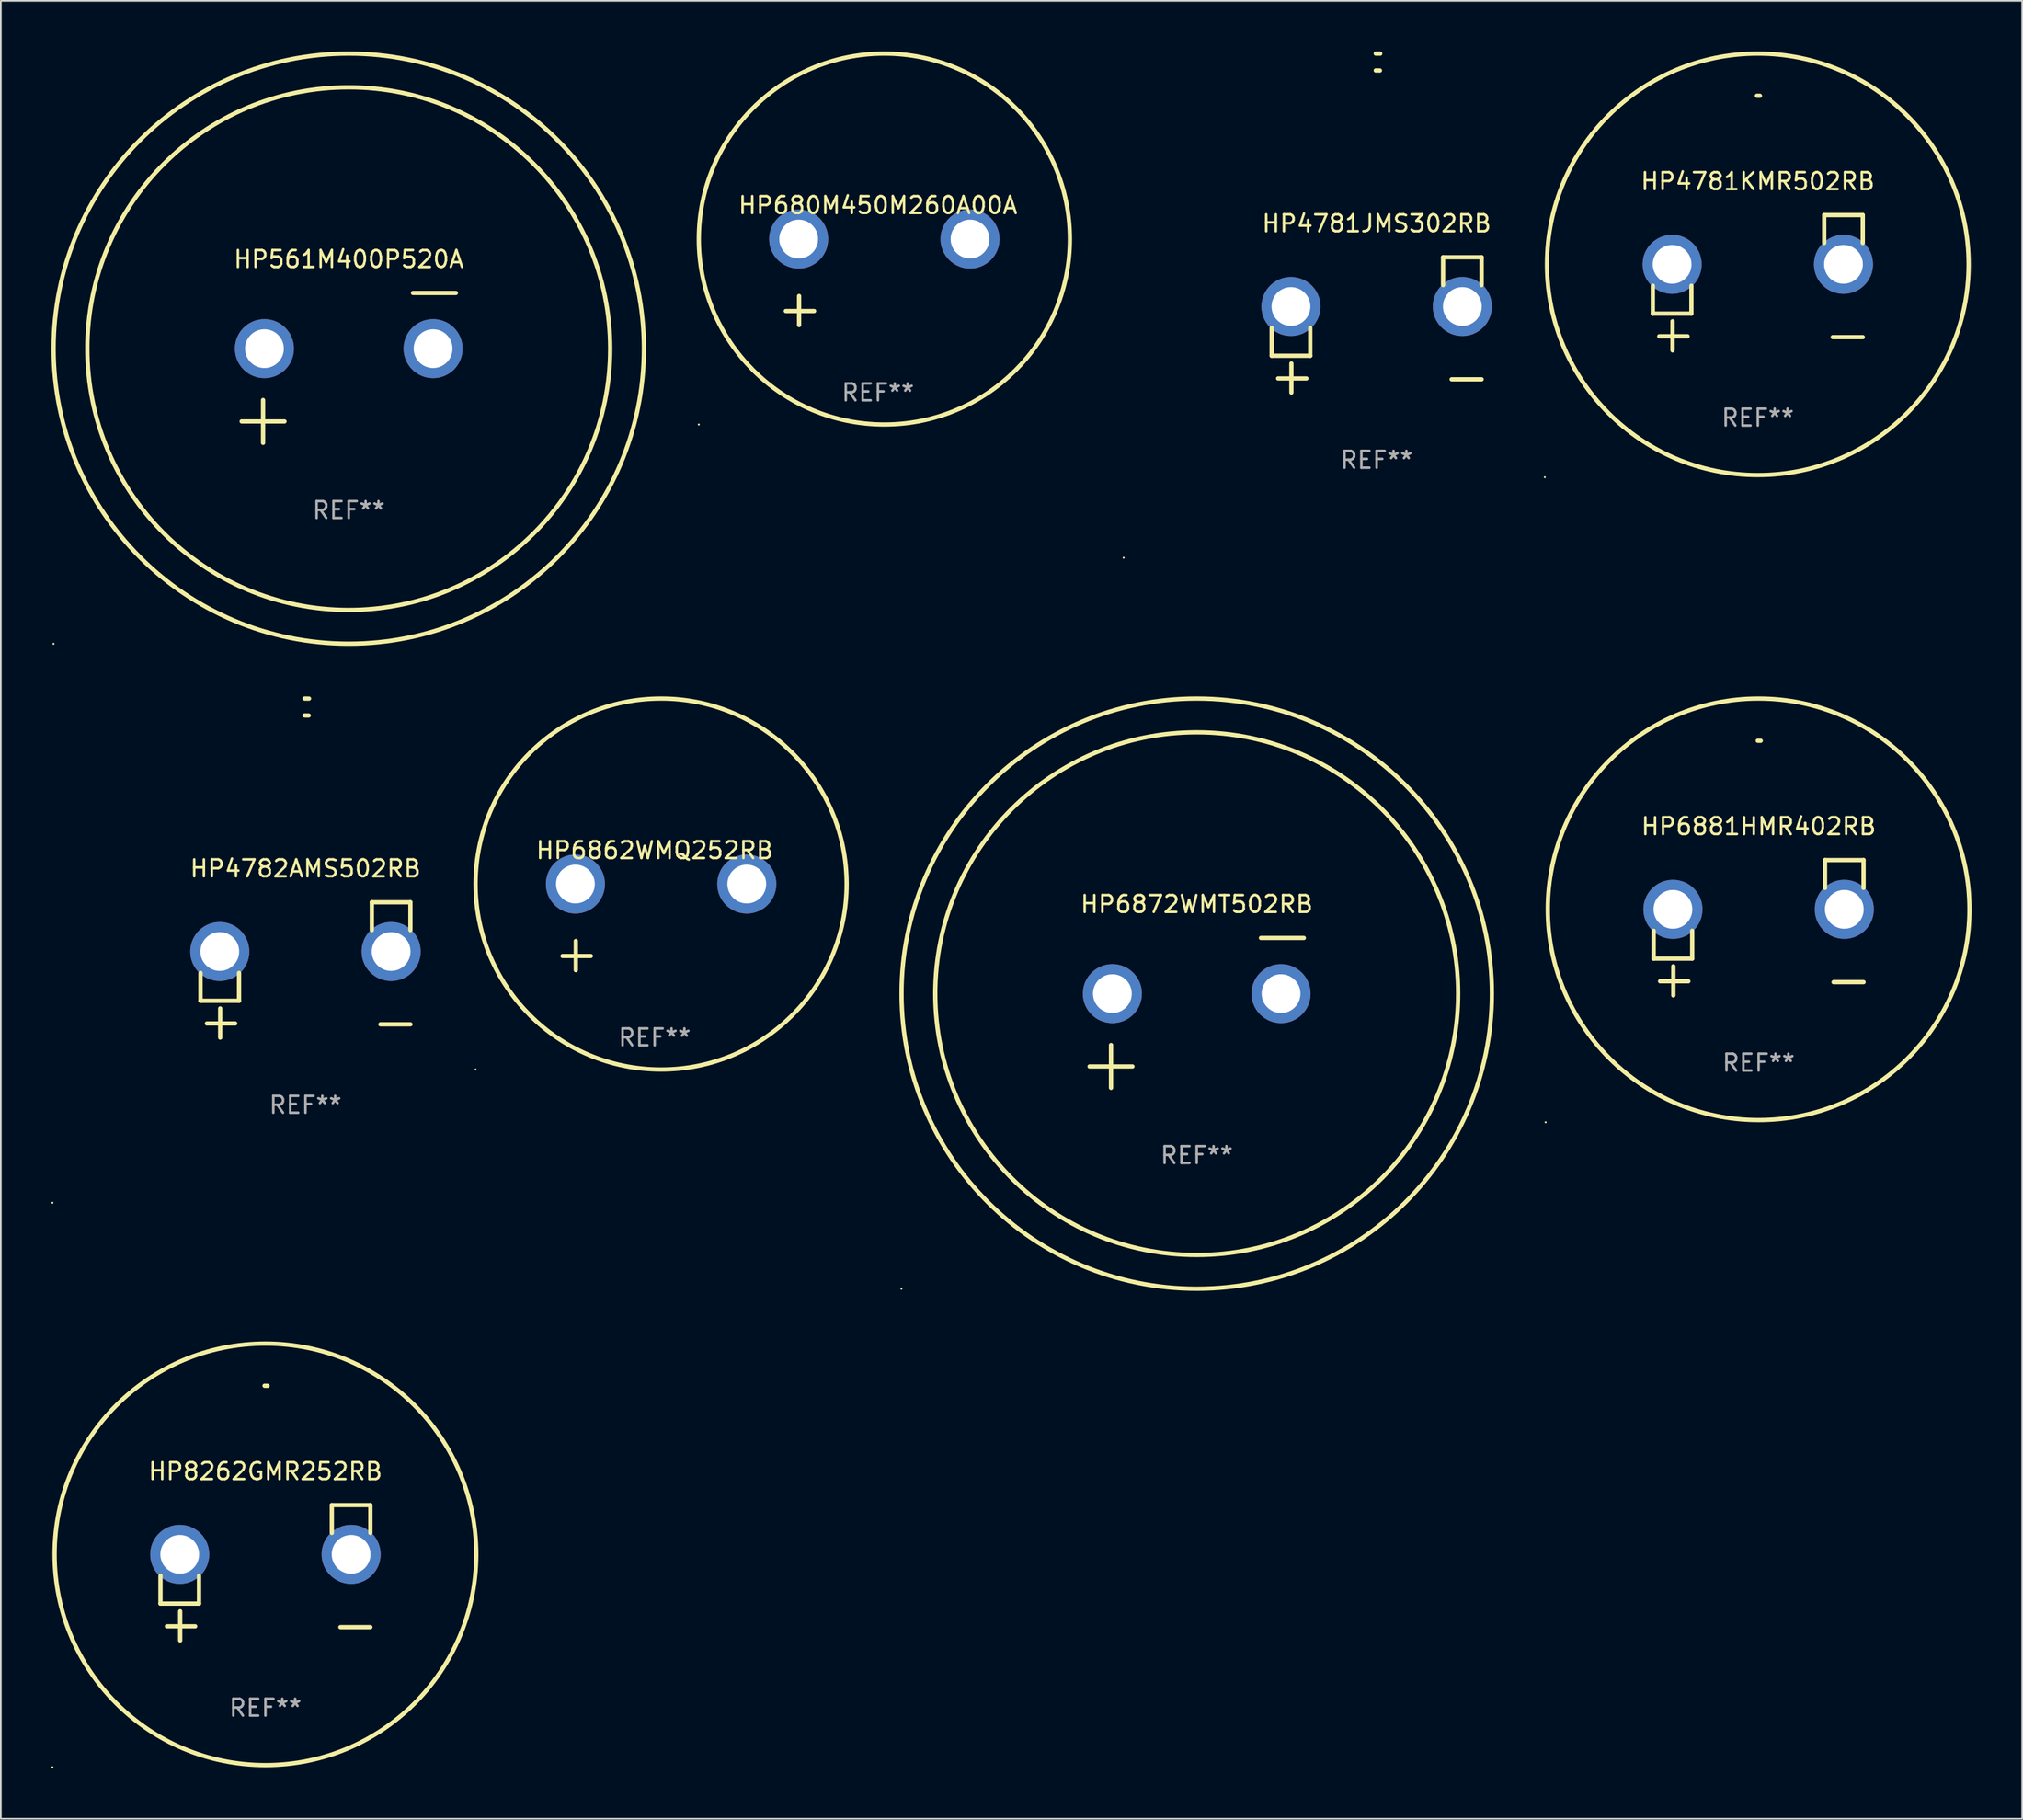
<source format=kicad_pcb>
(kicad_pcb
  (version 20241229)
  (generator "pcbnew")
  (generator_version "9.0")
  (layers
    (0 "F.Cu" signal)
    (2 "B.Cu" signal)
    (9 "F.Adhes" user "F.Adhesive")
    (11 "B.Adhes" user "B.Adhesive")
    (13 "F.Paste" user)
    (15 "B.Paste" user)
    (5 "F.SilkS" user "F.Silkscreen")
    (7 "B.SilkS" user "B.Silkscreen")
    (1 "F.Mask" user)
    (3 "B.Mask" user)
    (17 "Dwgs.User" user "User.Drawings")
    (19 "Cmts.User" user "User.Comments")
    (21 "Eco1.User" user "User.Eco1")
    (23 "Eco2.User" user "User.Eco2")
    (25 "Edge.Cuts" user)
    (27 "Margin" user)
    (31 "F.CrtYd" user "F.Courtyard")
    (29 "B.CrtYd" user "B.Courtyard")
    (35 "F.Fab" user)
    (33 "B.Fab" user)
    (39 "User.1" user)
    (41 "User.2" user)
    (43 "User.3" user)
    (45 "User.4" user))
  (footprint "HP6862WMQ252RB"
    (layer "F.Cu")
    (at 35.764 51.934)
    (property "Reference" "HP6862WMQ252RB" (at 0 -4.553 0) (layer "F.SilkS") (effects (font (size 1 1) (thickness 0.15))))
    (attr through_hole)
    (fp_line (start -4.674 2.553) (end -4.674 0.826) (stroke (width 0.254) (type solid)) (layer "F.SilkS"))
    (fp_line (start -3.785 1.715) (end -5.461 1.715) (stroke (width 0.254) (type solid)) (layer "F.SilkS"))
    (fp_circle (center -10.619 8.447) (end -10.589 8.447) (stroke (width 0.06) (type solid)) (fill no) (layer "F.SilkS"))
    (fp_circle (center 0.381 -2.553) (end 11.381 -2.553) (stroke (width 0.254) (type solid)) (fill no) (layer "F.SilkS"))
    (fp_text user "REF**" (at 0 6.553 0) (layer "F.Fab") (effects (font (size 1 1) (thickness 0.15))))
    (pad "1" thru_hole circle (at -4.699 -2.553) (size 3.5 3.5) (drill 2.3) (layers "*.Cu" "*.Mask"))
    (pad "2" thru_hole circle (at 5.461 -2.553) (size 3.5 3.5) (drill 2.3) (layers "*.Cu" "*.Mask")))
  (footprint "HP4781KMR502RB"
    (layer "F.Cu")
    (at 101.166 13.719)
    (property "Reference" "HP4781KMR502RB" (at 0 -6.013 0) (layer "F.SilkS") (effects (font (size 1 1) (thickness 0.15))))
    (attr through_hole)
    (fp_line (start -6.223 0.178) (end -6.223 1.829) (stroke (width 0.254) (type solid)) (layer "F.SilkS"))
    (fp_line (start -6.223 1.829) (end -3.937 1.829) (stroke (width 0.254) (type solid)) (layer "F.SilkS"))
    (fp_line (start -5.055 4.013) (end -5.055 2.286) (stroke (width 0.254) (type solid)) (layer "F.SilkS"))
    (fp_line (start -4.166 3.175) (end -5.842 3.175) (stroke (width 0.254) (type solid)) (layer "F.SilkS"))
    (fp_line (start -3.937 1.829) (end -3.937 0.178) (stroke (width 0.254) (type solid)) (layer "F.SilkS"))
    (fp_line (start 3.937 -4.013) (end 3.937 -2.362) (stroke (width 0.254) (type solid)) (layer "F.SilkS"))
    (fp_line (start 6.223 -4.013) (end 3.937 -4.013) (stroke (width 0.254) (type solid)) (layer "F.SilkS"))
    (fp_line (start 6.223 -2.362) (end 6.223 -4.013) (stroke (width 0.254) (type solid)) (layer "F.SilkS"))
    (fp_line (start 6.223 3.226) (end 4.445 3.226) (stroke (width 0.254) (type solid)) (layer "F.SilkS"))
    (fp_arc (start -0.0508 -11.092202) (mid 0.036835 -11.091307) (end 0.12446 -11.089662) (stroke (width 0.254001) (type solid)) (layer "F.SilkS"))
    (fp_circle (center -12.627 11.535) (end -12.597 11.535) (stroke (width 0.06) (type solid)) (fill no) (layer "F.SilkS"))
    (fp_circle (center 0 -1.092) (end 12.5 -1.092) (stroke (width 0.254) (type solid)) (fill no) (layer "F.SilkS"))
    (fp_text user "REF**" (at 0 8.013 0) (layer "F.Fab") (effects (font (size 1 1) (thickness 0.15))))
    (pad "1" thru_hole circle (at -5.08 -1.092) (size 3.5 3.5) (drill 2.3) (layers "*.Cu" "*.Mask"))
    (pad "2" thru_hole circle (at 5.08 -1.092) (size 3.5 3.5) (drill 2.3) (layers "*.Cu" "*.Mask")))
  (footprint "HP6872WMT502RB"
    (layer "F.Cu")
    (at 67.9 57.024)
    (property "Reference" "HP6872WMT502RB" (at 0 -6.445 0) (layer "F.SilkS") (effects (font (size 1 1) (thickness 0.15))))
    (attr through_hole)
    (fp_line (start -6.35 3.175) (end -3.81 3.175) (stroke (width 0.254) (type solid)) (layer "F.SilkS"))
    (fp_line (start -5.08 1.905) (end -5.08 4.445) (stroke (width 0.254) (type solid)) (layer "F.SilkS"))
    (fp_line (start 3.81 -4.445) (end 6.35 -4.445) (stroke (width 0.254) (type solid)) (layer "F.SilkS"))
    (fp_circle (center -17.505 16.362) (end -17.475 16.362) (stroke (width 0.06) (type solid)) (fill no) (layer "F.SilkS"))
    (fp_circle (center 0 -1.143) (end 15.5 -1.143) (stroke (width 0.254) (type solid)) (fill no) (layer "F.SilkS"))
    (fp_circle (center 0 -1.143) (end 17.5 -1.143) (stroke (width 0.254) (type solid)) (fill no) (layer "F.SilkS"))
    (fp_text user "REF**" (at 0 8.445 0) (layer "F.Fab") (effects (font (size 1 1) (thickness 0.15))))
    (pad "1" thru_hole circle (at -5 -1.143) (size 3.5 3.5) (drill 2.3) (layers "*.Cu" "*.Mask"))
    (pad "2" thru_hole circle (at 5 -1.143) (size 3.5 3.5) (drill 2.3) (layers "*.Cu" "*.Mask")))
  (footprint "HP4782AMS502RB"
    (layer "F.Cu")
    (at 15.06 54.475)
    (property "Reference" "HP4782AMS502RB" (at 0 -6.013 0) (layer "F.SilkS") (effects (font (size 1 1) (thickness 0.15))))
    (attr through_hole)
    (fp_line (start -6.223 0.178) (end -6.223 1.829) (stroke (width 0.254) (type solid)) (layer "F.SilkS"))
    (fp_line (start -6.223 1.829) (end -3.937 1.829) (stroke (width 0.254) (type solid)) (layer "F.SilkS"))
    (fp_line (start -5.055 4.013) (end -5.055 2.286) (stroke (width 0.254) (type solid)) (layer "F.SilkS"))
    (fp_line (start -4.166 3.175) (end -5.842 3.175) (stroke (width 0.254) (type solid)) (layer "F.SilkS"))
    (fp_line (start -3.937 1.829) (end -3.937 0.178) (stroke (width 0.254) (type solid)) (layer "F.SilkS"))
    (fp_line (start 3.937 -4.013) (end 3.937 -2.362) (stroke (width 0.254) (type solid)) (layer "F.SilkS"))
    (fp_line (start 6.223 -4.013) (end 3.937 -4.013) (stroke (width 0.254) (type solid)) (layer "F.SilkS"))
    (fp_line (start 6.223 -2.362) (end 6.223 -4.013) (stroke (width 0.254) (type solid)) (layer "F.SilkS"))
    (fp_line (start 6.223 3.226) (end 4.445 3.226) (stroke (width 0.254) (type solid)) (layer "F.SilkS"))
    (fp_arc (start -0.0508 -16.093472) (mid 0.080016 -16.092762) (end 0.210821 -16.090932) (stroke (width 0.254001) (type solid)) (layer "F.SilkS"))
    (fp_arc (start -0.0508 -15.09271) (mid 0.071125 -15.091961) (end 0.19304 -15.09017) (stroke (width 0.254001) (type solid)) (layer "F.SilkS"))
    (fp_circle (center -15 13.808) (end -14.97 13.808) (stroke (width 0.06) (type solid)) (fill no) (layer "F.SilkS"))
    (fp_text user "REF**" (at 0 8.013 0) (layer "F.Fab") (effects (font (size 1 1) (thickness 0.15))))
    (pad "1" thru_hole circle (at -5.08 -1.092) (size 3.5 3.5) (drill 2.3) (layers "*.Cu" "*.Mask"))
    (pad "2" thru_hole circle (at 5.08 -1.092) (size 3.5 3.5) (drill 2.3) (layers "*.Cu" "*.Mask")))
  (footprint "HP561M400P520A"
    (layer "F.Cu")
    (at 17.627 18.77)
    (property "Reference" "HP561M400P520A" (at 0 -6.445 0) (layer "F.SilkS") (effects (font (size 1 1) (thickness 0.15))))
    (attr through_hole)
    (fp_line (start -6.35 3.175) (end -3.81 3.175) (stroke (width 0.254) (type solid)) (layer "F.SilkS"))
    (fp_line (start -5.08 1.905) (end -5.08 4.445) (stroke (width 0.254) (type solid)) (layer "F.SilkS"))
    (fp_line (start 3.81 -4.445) (end 6.35 -4.445) (stroke (width 0.254) (type solid)) (layer "F.SilkS"))
    (fp_circle (center -17.505 16.362) (end -17.475 16.362) (stroke (width 0.06) (type solid)) (fill no) (layer "F.SilkS"))
    (fp_circle (center 0 -1.143) (end 15.5 -1.143) (stroke (width 0.254) (type solid)) (fill no) (layer "F.SilkS"))
    (fp_circle (center 0 -1.143) (end 17.5 -1.143) (stroke (width 0.254) (type solid)) (fill no) (layer "F.SilkS"))
    (fp_text user "REF**" (at 0 8.445 0) (layer "F.Fab") (effects (font (size 1 1) (thickness 0.15))))
    (pad "1" thru_hole circle (at -5 -1.143) (size 3.5 3.5) (drill 2.3) (layers "*.Cu" "*.Mask"))
    (pad "2" thru_hole circle (at 5 -1.143) (size 3.5 3.5) (drill 2.3) (layers "*.Cu" "*.Mask")))
  (footprint "HP4781JMS302RB"
    (layer "F.Cu")
    (at 78.568 16.22)
    (property "Reference" "HP4781JMS302RB" (at 0 -6.013 0) (layer "F.SilkS") (effects (font (size 1 1) (thickness 0.15))))
    (attr through_hole)
    (fp_line (start -6.223 0.178) (end -6.223 1.829) (stroke (width 0.254) (type solid)) (layer "F.SilkS"))
    (fp_line (start -6.223 1.829) (end -3.937 1.829) (stroke (width 0.254) (type solid)) (layer "F.SilkS"))
    (fp_line (start -5.055 4.013) (end -5.055 2.286) (stroke (width 0.254) (type solid)) (layer "F.SilkS"))
    (fp_line (start -4.166 3.175) (end -5.842 3.175) (stroke (width 0.254) (type solid)) (layer "F.SilkS"))
    (fp_line (start -3.937 1.829) (end -3.937 0.178) (stroke (width 0.254) (type solid)) (layer "F.SilkS"))
    (fp_line (start 3.937 -4.013) (end 3.937 -2.362) (stroke (width 0.254) (type solid)) (layer "F.SilkS"))
    (fp_line (start 6.223 -4.013) (end 3.937 -4.013) (stroke (width 0.254) (type solid)) (layer "F.SilkS"))
    (fp_line (start 6.223 -2.362) (end 6.223 -4.013) (stroke (width 0.254) (type solid)) (layer "F.SilkS"))
    (fp_line (start 6.223 3.226) (end 4.445 3.226) (stroke (width 0.254) (type solid)) (layer "F.SilkS"))
    (fp_arc (start -0.0508 -16.093472) (mid 0.080016 -16.092762) (end 0.210821 -16.090932) (stroke (width 0.254001) (type solid)) (layer "F.SilkS"))
    (fp_arc (start -0.0508 -15.09271) (mid 0.071125 -15.091961) (end 0.19304 -15.09017) (stroke (width 0.254001) (type solid)) (layer "F.SilkS"))
    (fp_circle (center -15 13.808) (end -14.97 13.808) (stroke (width 0.06) (type solid)) (fill no) (layer "F.SilkS"))
    (fp_text user "REF**" (at 0 8.013 0) (layer "F.Fab") (effects (font (size 1 1) (thickness 0.15))))
    (pad "1" thru_hole circle (at -5.08 -1.092) (size 3.5 3.5) (drill 2.3) (layers "*.Cu" "*.Mask"))
    (pad "2" thru_hole circle (at 5.08 -1.092) (size 3.5 3.5) (drill 2.3) (layers "*.Cu" "*.Mask")))
  (footprint "HP680M450M260A00A"
    (layer "F.Cu")
    (at 49 13.68)
    (property "Reference" "HP680M450M260A00A" (at 0 -4.553 0) (layer "F.SilkS") (effects (font (size 1 1) (thickness 0.15))))
    (attr through_hole)
    (fp_line (start -4.674 2.553) (end -4.674 0.826) (stroke (width 0.254) (type solid)) (layer "F.SilkS"))
    (fp_line (start -3.785 1.715) (end -5.461 1.715) (stroke (width 0.254) (type solid)) (layer "F.SilkS"))
    (fp_circle (center -10.619 8.447) (end -10.589 8.447) (stroke (width 0.06) (type solid)) (fill no) (layer "F.SilkS"))
    (fp_circle (center 0.381 -2.553) (end 11.381 -2.553) (stroke (width 0.254) (type solid)) (fill no) (layer "F.SilkS"))
    (fp_text user "REF**" (at 0 6.553 0) (layer "F.Fab") (effects (font (size 1 1) (thickness 0.15))))
    (pad "1" thru_hole circle (at -4.699 -2.553) (size 3.5 3.5) (drill 2.3) (layers "*.Cu" "*.Mask"))
    (pad "2" thru_hole circle (at 5.461 -2.553) (size 3.5 3.5) (drill 2.3) (layers "*.Cu" "*.Mask")))
  (footprint "HP8262GMR252RB"
    (layer "F.Cu")
    (at 12.687 90.228)
    (property "Reference" "HP8262GMR252RB" (at 0 -6.013 0) (layer "F.SilkS") (effects (font (size 1 1) (thickness 0.15))))
    (attr through_hole)
    (fp_line (start -6.223 0.178) (end -6.223 1.829) (stroke (width 0.254) (type solid)) (layer "F.SilkS"))
    (fp_line (start -6.223 1.829) (end -3.937 1.829) (stroke (width 0.254) (type solid)) (layer "F.SilkS"))
    (fp_line (start -5.055 4.013) (end -5.055 2.286) (stroke (width 0.254) (type solid)) (layer "F.SilkS"))
    (fp_line (start -4.166 3.175) (end -5.842 3.175) (stroke (width 0.254) (type solid)) (layer "F.SilkS"))
    (fp_line (start -3.937 1.829) (end -3.937 0.178) (stroke (width 0.254) (type solid)) (layer "F.SilkS"))
    (fp_line (start 3.937 -4.013) (end 3.937 -2.362) (stroke (width 0.254) (type solid)) (layer "F.SilkS"))
    (fp_line (start 6.223 -4.013) (end 3.937 -4.013) (stroke (width 0.254) (type solid)) (layer "F.SilkS"))
    (fp_line (start 6.223 -2.362) (end 6.223 -4.013) (stroke (width 0.254) (type solid)) (layer "F.SilkS"))
    (fp_line (start 6.223 3.226) (end 4.445 3.226) (stroke (width 0.254) (type solid)) (layer "F.SilkS"))
    (fp_arc (start -0.0508 -11.092202) (mid 0.036835 -11.091307) (end 0.12446 -11.089662) (stroke (width 0.254001) (type solid)) (layer "F.SilkS"))
    (fp_circle (center -12.627 11.535) (end -12.597 11.535) (stroke (width 0.06) (type solid)) (fill no) (layer "F.SilkS"))
    (fp_circle (center 0 -1.092) (end 12.5 -1.092) (stroke (width 0.254) (type solid)) (fill no) (layer "F.SilkS"))
    (fp_text user "REF**" (at 0 8.013 0) (layer "F.Fab") (effects (font (size 1 1) (thickness 0.15))))
    (pad "1" thru_hole circle (at -5.08 -1.092) (size 3.5 3.5) (drill 2.3) (layers "*.Cu" "*.Mask"))
    (pad "2" thru_hole circle (at 5.08 -1.092) (size 3.5 3.5) (drill 2.3) (layers "*.Cu" "*.Mask")))
  (footprint "HP6881HMR402RB"
    (layer "F.Cu")
    (at 101.214 51.973)
    (property "Reference" "HP6881HMR402RB" (at 0 -6.013 0) (layer "F.SilkS") (effects (font (size 1 1) (thickness 0.15))))
    (attr through_hole)
    (fp_line (start -6.223 0.178) (end -6.223 1.829) (stroke (width 0.254) (type solid)) (layer "F.SilkS"))
    (fp_line (start -6.223 1.829) (end -3.937 1.829) (stroke (width 0.254) (type solid)) (layer "F.SilkS"))
    (fp_line (start -5.055 4.013) (end -5.055 2.286) (stroke (width 0.254) (type solid)) (layer "F.SilkS"))
    (fp_line (start -4.166 3.175) (end -5.842 3.175) (stroke (width 0.254) (type solid)) (layer "F.SilkS"))
    (fp_line (start -3.937 1.829) (end -3.937 0.178) (stroke (width 0.254) (type solid)) (layer "F.SilkS"))
    (fp_line (start 3.937 -4.013) (end 3.937 -2.362) (stroke (width 0.254) (type solid)) (layer "F.SilkS"))
    (fp_line (start 6.223 -4.013) (end 3.937 -4.013) (stroke (width 0.254) (type solid)) (layer "F.SilkS"))
    (fp_line (start 6.223 -2.362) (end 6.223 -4.013) (stroke (width 0.254) (type solid)) (layer "F.SilkS"))
    (fp_line (start 6.223 3.226) (end 4.445 3.226) (stroke (width 0.254) (type solid)) (layer "F.SilkS"))
    (fp_arc (start -0.0508 -11.092202) (mid 0.036835 -11.091307) (end 0.12446 -11.089662) (stroke (width 0.254001) (type solid)) (layer "F.SilkS"))
    (fp_circle (center -12.627 11.535) (end -12.597 11.535) (stroke (width 0.06) (type solid)) (fill no) (layer "F.SilkS"))
    (fp_circle (center 0 -1.092) (end 12.5 -1.092) (stroke (width 0.254) (type solid)) (fill no) (layer "F.SilkS"))
    (fp_text user "REF**" (at 0 8.013 0) (layer "F.Fab") (effects (font (size 1 1) (thickness 0.15))))
    (pad "1" thru_hole circle (at -5.08 -1.092) (size 3.5 3.5) (drill 2.3) (layers "*.Cu" "*.Mask"))
    (pad "2" thru_hole circle (at 5.08 -1.092) (size 3.5 3.5) (drill 2.3) (layers "*.Cu" "*.Mask")))
  (gr_rect
    (start -3 -3)
    (end 116.84 104.822)
    (stroke (width 0.1) (type default))
    (fill no)
    (layer "Edge.Cuts")))
</source>
